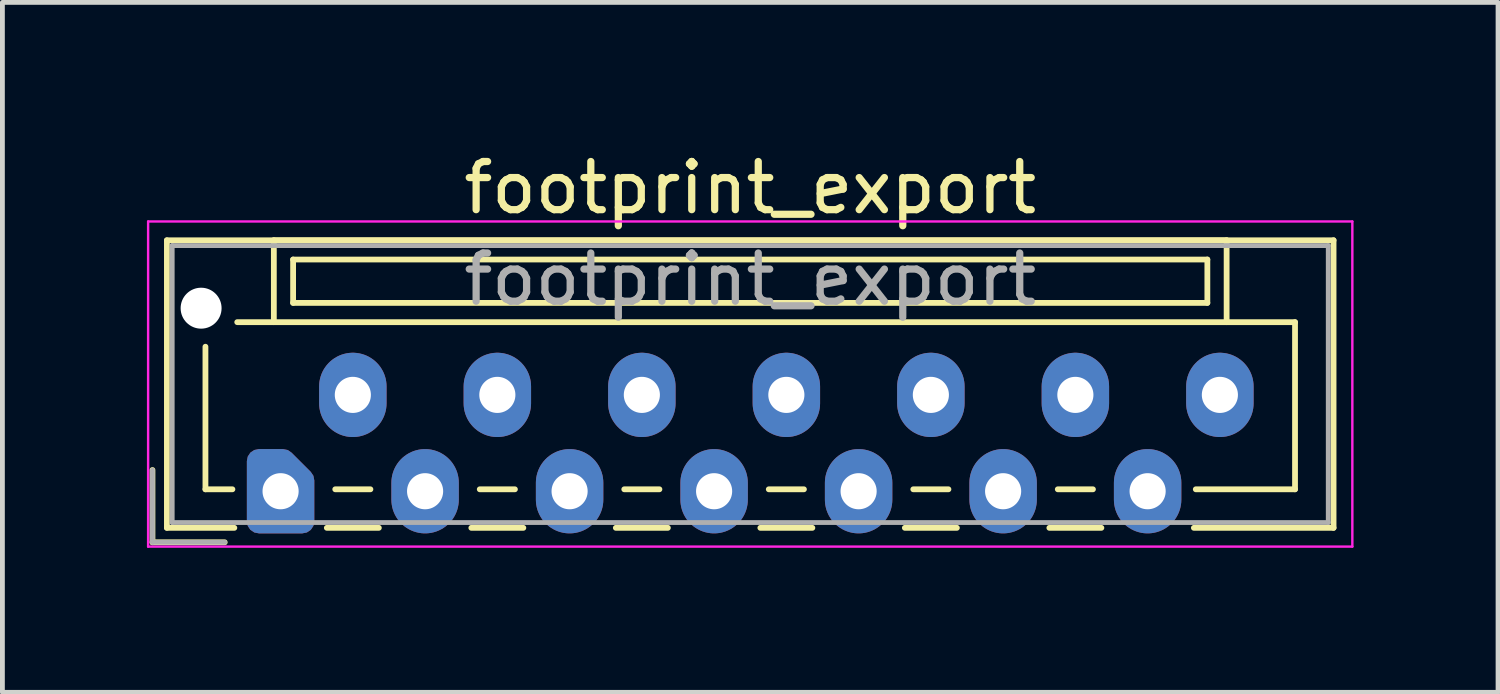
<source format=kicad_pcb>
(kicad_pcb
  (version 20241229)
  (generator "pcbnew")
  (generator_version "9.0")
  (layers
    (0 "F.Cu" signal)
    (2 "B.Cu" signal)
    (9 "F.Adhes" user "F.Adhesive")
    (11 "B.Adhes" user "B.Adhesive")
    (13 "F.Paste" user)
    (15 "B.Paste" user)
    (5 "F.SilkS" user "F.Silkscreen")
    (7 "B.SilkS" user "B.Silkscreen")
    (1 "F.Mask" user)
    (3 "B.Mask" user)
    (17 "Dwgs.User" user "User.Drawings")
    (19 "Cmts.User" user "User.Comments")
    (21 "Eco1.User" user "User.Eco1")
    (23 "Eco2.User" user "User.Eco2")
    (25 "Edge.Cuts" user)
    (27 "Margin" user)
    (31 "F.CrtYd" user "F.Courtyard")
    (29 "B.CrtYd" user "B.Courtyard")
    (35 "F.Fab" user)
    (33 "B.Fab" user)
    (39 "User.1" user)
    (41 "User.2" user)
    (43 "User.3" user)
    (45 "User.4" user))
  (footprint "footprint_export"
    (layer "F.Cu")
    (at 2.775 7.148)
    (property "Reference" "footprint_export" (at 9.75 -6.3 0) (layer "F.SilkS") (effects (font (size 1 1) (thickness 0.15))))
    (attr through_hole)
    (fp_line (start -2.66 -0.44) (end -2.66 1.06) (stroke (width 0.12) (type solid)) (layer "F.SilkS"))
    (fp_line (start -2.66 1.06) (end -1.16 1.06) (stroke (width 0.12) (type solid)) (layer "F.SilkS"))
    (fp_line (start -2.36 -5.21) (end 21.86 -5.21) (stroke (width 0.12) (type solid)) (layer "F.SilkS"))
    (fp_line (start -2.36 0.76) (end -2.36 -5.21) (stroke (width 0.12) (type solid)) (layer "F.SilkS"))
    (fp_line (start -1.56 -3) (end -1.56 -0.04) (stroke (width 0.12) (type solid)) (layer "F.SilkS"))
    (fp_line (start -1.56 -0.04) (end -1 -0.04) (stroke (width 0.12) (type solid)) (layer "F.SilkS"))
    (fp_line (start -0.96 0.76) (end -2.36 0.76) (stroke (width 0.12) (type solid)) (layer "F.SilkS"))
    (fp_line (start -0.14 -5.21) (end -0.14 -3.51) (stroke (width 0.12) (type solid)) (layer "F.SilkS"))
    (fp_line (start -0.14 -3.51) (end -0.9 -3.51) (stroke (width 0.12) (type solid)) (layer "F.SilkS"))
    (fp_line (start -0.14 -3.51) (end 19.64 -3.51) (stroke (width 0.12) (type solid)) (layer "F.SilkS"))
    (fp_line (start 0.26 -4.81) (end 0.26 -3.91) (stroke (width 0.12) (type solid)) (layer "F.SilkS"))
    (fp_line (start 0.26 -3.91) (end 19.24 -3.91) (stroke (width 0.12) (type solid)) (layer "F.SilkS"))
    (fp_line (start 0.96 0.76) (end 2.04 0.76) (stroke (width 0.12) (type solid)) (layer "F.SilkS"))
    (fp_line (start 1.135 -0.04) (end 1.865 -0.04) (stroke (width 0.12) (type solid)) (layer "F.SilkS"))
    (fp_line (start 3.96 0.76) (end 5.04 0.76) (stroke (width 0.12) (type solid)) (layer "F.SilkS"))
    (fp_line (start 4.135 -0.04) (end 4.865 -0.04) (stroke (width 0.12) (type solid)) (layer "F.SilkS"))
    (fp_line (start 6.96 0.76) (end 8.04 0.76) (stroke (width 0.12) (type solid)) (layer "F.SilkS"))
    (fp_line (start 7.135 -0.04) (end 7.865 -0.04) (stroke (width 0.12) (type solid)) (layer "F.SilkS"))
    (fp_line (start 9.96 0.76) (end 11.04 0.76) (stroke (width 0.12) (type solid)) (layer "F.SilkS"))
    (fp_line (start 10.135 -0.04) (end 10.865 -0.04) (stroke (width 0.12) (type solid)) (layer "F.SilkS"))
    (fp_line (start 12.96 0.76) (end 14.04 0.76) (stroke (width 0.12) (type solid)) (layer "F.SilkS"))
    (fp_line (start 13.135 -0.04) (end 13.865 -0.04) (stroke (width 0.12) (type solid)) (layer "F.SilkS"))
    (fp_line (start 15.96 0.76) (end 17.04 0.76) (stroke (width 0.12) (type solid)) (layer "F.SilkS"))
    (fp_line (start 16.135 -0.04) (end 16.865 -0.04) (stroke (width 0.12) (type solid)) (layer "F.SilkS"))
    (fp_line (start 19.24 -4.81) (end 0.26 -4.81) (stroke (width 0.12) (type solid)) (layer "F.SilkS"))
    (fp_line (start 19.24 -3.91) (end 19.24 -4.81) (stroke (width 0.12) (type solid)) (layer "F.SilkS"))
    (fp_line (start 19.64 -5.21) (end -0.14 -5.21) (stroke (width 0.12) (type solid)) (layer "F.SilkS"))
    (fp_line (start 19.64 -3.51) (end 19.64 -5.21) (stroke (width 0.12) (type solid)) (layer "F.SilkS"))
    (fp_line (start 19.64 -3.51) (end 21.06 -3.51) (stroke (width 0.12) (type solid)) (layer "F.SilkS"))
    (fp_line (start 21.06 -3.51) (end 21.06 -0.04) (stroke (width 0.12) (type solid)) (layer "F.SilkS"))
    (fp_line (start 21.06 -0.04) (end 19 -0.04) (stroke (width 0.12) (type solid)) (layer "F.SilkS"))
    (fp_line (start 21.86 -5.21) (end 21.86 0.76) (stroke (width 0.12) (type solid)) (layer "F.SilkS"))
    (fp_line (start 21.86 0.76) (end 18.96 0.76) (stroke (width 0.12) (type solid)) (layer "F.SilkS"))
    (fp_line (start -2.75 -5.6) (end -2.75 1.15) (stroke (width 0.05) (type solid)) (layer "F.CrtYd"))
    (fp_line (start -2.75 1.15) (end 22.25 1.15) (stroke (width 0.05) (type solid)) (layer "F.CrtYd"))
    (fp_line (start 22.25 -5.6) (end -2.75 -5.6) (stroke (width 0.05) (type solid)) (layer "F.CrtYd"))
    (fp_line (start 22.25 1.15) (end 22.25 -5.6) (stroke (width 0.05) (type solid)) (layer "F.CrtYd"))
    (fp_line (start -2.66 -0.44) (end -2.66 1.06) (stroke (width 0.1) (type solid)) (layer "F.Fab"))
    (fp_line (start -2.66 1.06) (end -1.16 1.06) (stroke (width 0.1) (type solid)) (layer "F.Fab"))
    (fp_line (start -2.25 -5.1) (end -2.25 0.65) (stroke (width 0.1) (type solid)) (layer "F.Fab"))
    (fp_line (start -2.25 0.65) (end 21.75 0.65) (stroke (width 0.1) (type solid)) (layer "F.Fab"))
    (fp_line (start 21.75 -5.1) (end -2.25 -5.1) (stroke (width 0.1) (type solid)) (layer "F.Fab"))
    (fp_line (start 21.75 0.65) (end 21.75 -5.1) (stroke (width 0.1) (type solid)) (layer "F.Fab"))
    (fp_text user "${REFERENCE}" (at 9.75 -4.4 0) (layer "F.Fab") (effects (font (size 1 1) (thickness 0.15))))
    (pad "" np_thru_hole circle (at -1.65 -3.8) (size 0.85 0.85) (drill 0.85) (layers "*.Cu" "*.Mask"))
    (pad "1" thru_hole custom (at 0 0) (size 1.117 1.117) (drill 0.75) (layers "*.Cu" "*.Mask") (options (anchor circle)) (primitives (gr_poly (pts (xy 0.45 -0.225) (xy 0.45 0.625) (xy -0.45 0.625) (xy -0.45 -0.625) (xy 0.05 -0.625)) (width 0.5) (fill yes))))
    (pad "2" thru_hole oval (at 1.5 -2) (size 1.4 1.75) (drill 0.75) (layers "*.Cu" "*.Mask"))
    (pad "3" thru_hole oval (at 3 0) (size 1.4 1.75) (drill 0.75) (layers "*.Cu" "*.Mask"))
    (pad "4" thru_hole oval (at 4.5 -2) (size 1.4 1.75) (drill 0.75) (layers "*.Cu" "*.Mask"))
    (pad "5" thru_hole oval (at 6 0) (size 1.4 1.75) (drill 0.75) (layers "*.Cu" "*.Mask"))
    (pad "6" thru_hole oval (at 7.5 -2) (size 1.4 1.75) (drill 0.75) (layers "*.Cu" "*.Mask"))
    (pad "7" thru_hole oval (at 9 0) (size 1.4 1.75) (drill 0.75) (layers "*.Cu" "*.Mask"))
    (pad "8" thru_hole oval (at 10.5 -2) (size 1.4 1.75) (drill 0.75) (layers "*.Cu" "*.Mask"))
    (pad "9" thru_hole oval (at 12 0) (size 1.4 1.75) (drill 0.75) (layers "*.Cu" "*.Mask"))
    (pad "10" thru_hole oval (at 13.5 -2) (size 1.4 1.75) (drill 0.75) (layers "*.Cu" "*.Mask"))
    (pad "11" thru_hole oval (at 15 0) (size 1.4 1.75) (drill 0.75) (layers "*.Cu" "*.Mask"))
    (pad "12" thru_hole oval (at 16.5 -2) (size 1.4 1.75) (drill 0.75) (layers "*.Cu" "*.Mask"))
    (pad "13" thru_hole oval (at 18 0) (size 1.4 1.75) (drill 0.75) (layers "*.Cu" "*.Mask"))
    (pad "14" thru_hole oval (at 19.5 -2) (size 1.4 1.75) (drill 0.75) (layers "*.Cu" "*.Mask")))
  (gr_rect
    (start -3 -3)
    (end 28.05 11.323)
    (stroke (width 0.1) (type default))
    (fill no)
    (layer "Edge.Cuts")))
</source>
